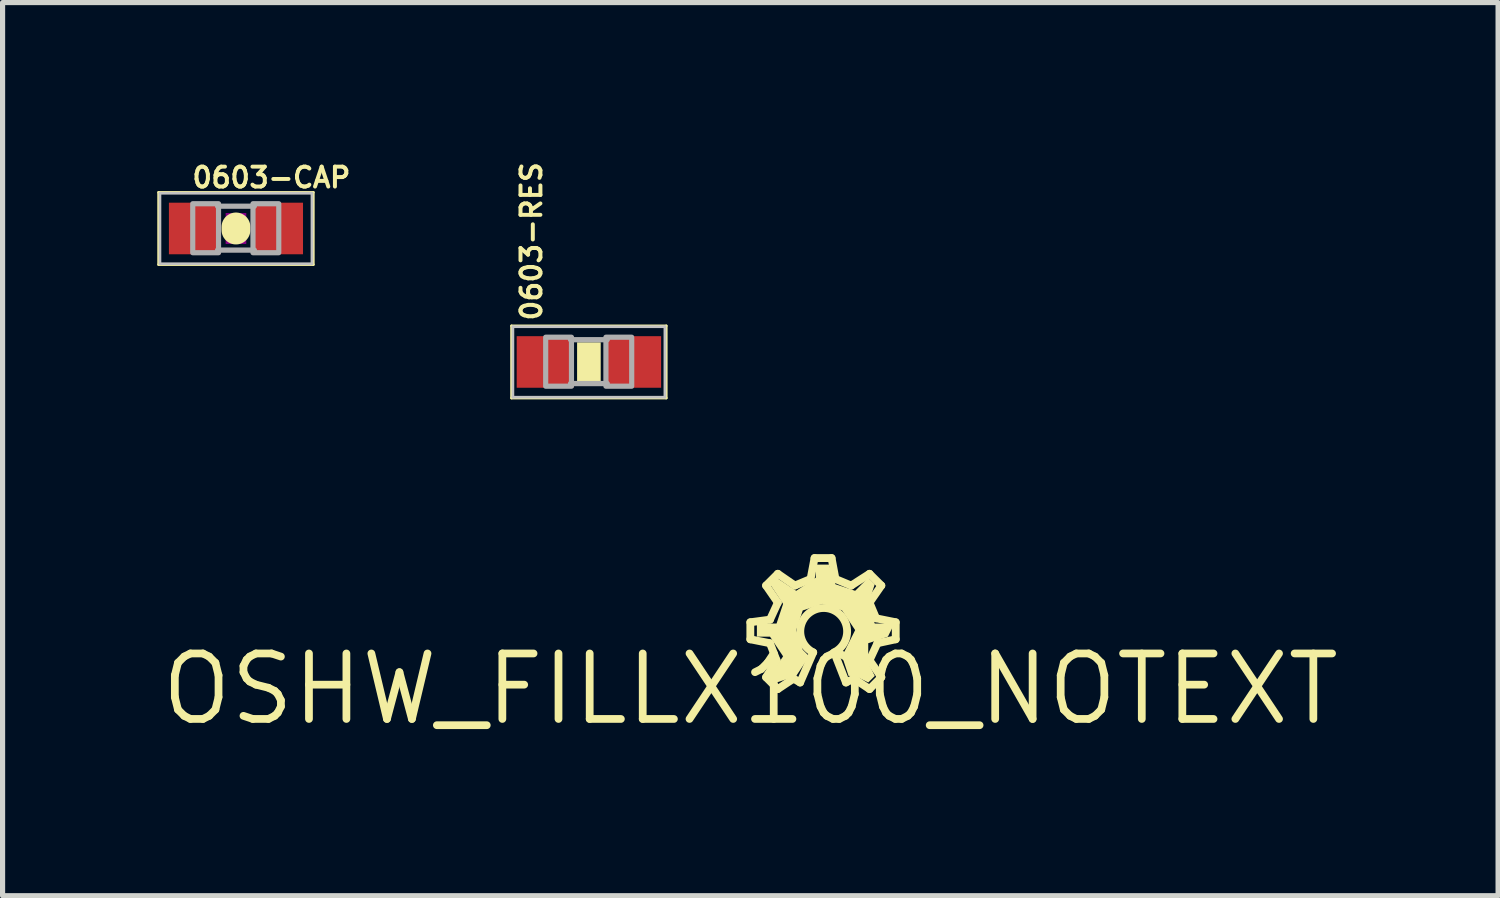
<source format=kicad_pcb>
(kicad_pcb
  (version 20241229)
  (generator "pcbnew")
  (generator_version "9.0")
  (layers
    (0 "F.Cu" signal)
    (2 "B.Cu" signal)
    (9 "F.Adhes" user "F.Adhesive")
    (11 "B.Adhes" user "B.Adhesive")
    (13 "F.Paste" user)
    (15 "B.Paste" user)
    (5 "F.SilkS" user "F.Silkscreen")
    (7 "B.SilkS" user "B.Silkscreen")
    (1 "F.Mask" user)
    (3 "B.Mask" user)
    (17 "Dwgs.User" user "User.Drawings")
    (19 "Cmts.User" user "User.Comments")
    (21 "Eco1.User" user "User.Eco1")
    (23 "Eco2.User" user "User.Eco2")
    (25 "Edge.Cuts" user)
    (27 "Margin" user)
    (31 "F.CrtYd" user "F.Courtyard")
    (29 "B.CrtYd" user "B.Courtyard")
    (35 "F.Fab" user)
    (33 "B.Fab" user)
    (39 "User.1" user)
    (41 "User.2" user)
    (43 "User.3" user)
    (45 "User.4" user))
  (footprint "0603-RES"
    (layer "F.Cu")
    (at 8.368 3.968)
    (property "Reference" "0603-RES" (at -0.889 -0.762 90) (layer "F.SilkS") (effects (font (size 0.386 0.386) (thickness 0.077)) (justify left bottom)))
    (attr through_hole)
    (fp_line (start -1.5 -0.7) (end 1.5 -0.7) (stroke (width 0.051) (type solid)) (layer "F.SilkS"))
    (fp_line (start -1.5 0.7) (end -1.5 -0.7) (stroke (width 0.051) (type solid)) (layer "F.SilkS"))
    (fp_line (start 1.5 -0.7) (end 1.5 0.7) (stroke (width 0.051) (type solid)) (layer "F.SilkS"))
    (fp_line (start 1.5 0.7) (end -1.5 0.7) (stroke (width 0.051) (type solid)) (layer "F.SilkS"))
    (fp_poly (pts (xy -0.229 0.381) (xy 0.229 0.381) (xy 0.229 -0.381) (xy -0.229 -0.381)) (stroke (width 0) (type solid)) (fill yes) (layer "F.SilkS"))
    (fp_poly (pts (xy -0.2 0.3) (xy 0.2 0.3) (xy 0.2 -0.3) (xy -0.2 -0.3)) (stroke (width 0) (type solid)) (fill yes) (layer "F.Adhes"))
    (fp_line (start -1.473 -0.683) (end 1.473 -0.683) (stroke (width 0.051) (type solid)) (layer "Dwgs.User"))
    (fp_line (start -1.473 0.683) (end -1.473 -0.683) (stroke (width 0.051) (type solid)) (layer "Dwgs.User"))
    (fp_line (start 1.473 -0.683) (end 1.473 0.683) (stroke (width 0.051) (type solid)) (layer "Dwgs.User"))
    (fp_line (start 1.473 0.683) (end -1.473 0.683) (stroke (width 0.051) (type solid)) (layer "Dwgs.User"))
    (fp_line (start -0.356 -0.432) (end 0.356 -0.432) (stroke (width 0.102) (type solid)) (layer "F.Fab"))
    (fp_line (start -0.356 0.419) (end 0.356 0.419) (stroke (width 0.102) (type solid)) (layer "F.Fab"))
    (fp_poly (pts (xy -0.838 0.47) (xy -0.338 0.47) (xy -0.338 -0.48) (xy -0.838 -0.48)) (stroke (width 0.1) (type solid)) (fill no) (layer "F.Fab"))
    (fp_poly (pts (xy 0.33 0.47) (xy 0.83 0.47) (xy 0.83 -0.48) (xy 0.33 -0.48)) (stroke (width 0.1) (type solid)) (fill no) (layer "F.Fab"))
    (pad "1" smd rect (at -0.85 0) (size 1.1 1) (layers "F.Cu" "F.Mask" "F.Paste"))
    (pad "2" smd rect (at 0.85 0) (size 1.1 1) (layers "F.Cu" "F.Mask" "F.Paste")))
  (footprint "OSHW_FILLX100_NOTEXT"
    (layer "F.Cu")
    (at 11.498 10.31)
    (property "Reference" "OSHW_FILLX100_NOTEXT" (at 0 0 0) (layer "F.SilkS") (effects (font (size 1.27 1.27) (thickness 0.15))))
    (attr through_hole)
    (fp_line (start 0 -1.295) (end 0.381 -1.346) (stroke (width 0.152) (type solid)) (layer "F.SilkS"))
    (fp_line (start 0 -0.965) (end 0 -1.295) (stroke (width 0.152) (type solid)) (layer "F.SilkS"))
    (fp_line (start 0.305 -2.007) (end 0.533 -2.235) (stroke (width 0.152) (type solid)) (layer "F.SilkS"))
    (fp_line (start 0.305 -0.229) (end 0.508 -0.559) (stroke (width 0.152) (type solid)) (layer "F.SilkS"))
    (fp_line (start 0.381 -1.346) (end 0.533 -1.676) (stroke (width 0.152) (type solid)) (layer "F.SilkS"))
    (fp_line (start 0.381 -0.889) (end 0 -0.965) (stroke (width 0.152) (type solid)) (layer "F.SilkS"))
    (fp_line (start 0.508 -0.559) (end 0.381 -0.889) (stroke (width 0.152) (type solid)) (layer "F.SilkS"))
    (fp_line (start 0.533 -2.235) (end 0.864 -2.007) (stroke (width 0.152) (type solid)) (layer "F.SilkS"))
    (fp_line (start 0.533 -1.676) (end 0.305 -2.007) (stroke (width 0.152) (type solid)) (layer "F.SilkS"))
    (fp_line (start 0.533 0) (end 0.305 -0.229) (stroke (width 0.152) (type solid)) (layer "F.SilkS"))
    (fp_line (start 0.838 -0.203) (end 0.533 0) (stroke (width 0.152) (type solid)) (layer "F.SilkS"))
    (fp_line (start 0.864 -2.007) (end 1.168 -2.134) (stroke (width 0.152) (type solid)) (layer "F.SilkS"))
    (fp_line (start 0.965 -0.127) (end 0.838 -0.203) (stroke (width 0.152) (type solid)) (layer "F.SilkS"))
    (fp_line (start 1.168 -2.134) (end 1.245 -2.54) (stroke (width 0.152) (type solid)) (layer "F.SilkS"))
    (fp_line (start 1.219 -0.711) (end 0.965 -0.127) (stroke (width 0.152) (type solid)) (layer "F.SilkS"))
    (fp_line (start 1.245 -2.54) (end 1.575 -2.54) (stroke (width 0.152) (type solid)) (layer "F.SilkS"))
    (fp_line (start 1.575 -2.54) (end 1.651 -2.134) (stroke (width 0.152) (type solid)) (layer "F.SilkS"))
    (fp_line (start 1.651 -2.134) (end 1.956 -2.007) (stroke (width 0.152) (type solid)) (layer "F.SilkS"))
    (fp_line (start 1.854 -0.127) (end 1.626 -0.711) (stroke (width 0.152) (type solid)) (layer "F.SilkS"))
    (fp_line (start 1.956 -2.007) (end 2.311 -2.235) (stroke (width 0.152) (type solid)) (layer "F.SilkS"))
    (fp_line (start 2.007 -0.203) (end 1.854 -0.127) (stroke (width 0.152) (type solid)) (layer "F.SilkS"))
    (fp_line (start 2.311 -2.235) (end 2.54 -2.007) (stroke (width 0.152) (type solid)) (layer "F.SilkS"))
    (fp_line (start 2.311 -1.676) (end 2.438 -1.372) (stroke (width 0.152) (type solid)) (layer "F.SilkS"))
    (fp_line (start 2.311 -0.559) (end 2.54 -0.229) (stroke (width 0.152) (type solid)) (layer "F.SilkS"))
    (fp_line (start 2.311 0) (end 2.007 -0.203) (stroke (width 0.152) (type solid)) (layer "F.SilkS"))
    (fp_line (start 2.438 -1.372) (end 2.819 -1.295) (stroke (width 0.152) (type solid)) (layer "F.SilkS"))
    (fp_line (start 2.464 -0.889) (end 2.311 -0.559) (stroke (width 0.152) (type solid)) (layer "F.SilkS"))
    (fp_line (start 2.54 -2.007) (end 2.311 -1.676) (stroke (width 0.152) (type solid)) (layer "F.SilkS"))
    (fp_line (start 2.54 -0.229) (end 2.311 0) (stroke (width 0.152) (type solid)) (layer "F.SilkS"))
    (fp_line (start 2.819 -1.295) (end 2.819 -0.965) (stroke (width 0.152) (type solid)) (layer "F.SilkS"))
    (fp_line (start 2.819 -0.965) (end 2.464 -0.889) (stroke (width 0.152) (type solid)) (layer "F.SilkS"))
    (fp_arc (start 1.2192 -0.7112) (mid 1.4224 -1.571969) (end 1.6256 -0.7112) (stroke (width 0.1524) (type solid)) (layer "F.SilkS"))
    (fp_poly (pts (xy 0.889 -0.254) (xy 0.508 -0.127) (xy 0.381 -0.254) (xy 0.635 -0.635) (xy 0.381 -1.016) (xy 0.127 -1.016) (xy 0.127 -1.27) (xy 0.508 -1.27) (xy 0.635 -1.651) (xy 0.381 -2.032) (xy 0.508 -2.159) (xy 0.889 -1.905) (xy 1.27 -2.159) (xy 1.27 -2.413) (xy 1.524 -2.413) (xy 1.651 -2.032) (xy 2.032 -1.905) (xy 2.286 -2.159) (xy 2.413 -2.032) (xy 2.286 -1.651) (xy 2.413 -1.27) (xy 2.794 -1.27) (xy 2.667 -1.016) (xy 2.286 -0.889) (xy 2.286 -0.508) (xy 2.413 -0.254) (xy 2.286 -0.127) (xy 2.032 -0.254) (xy 1.905 -0.254) (xy 1.778 -0.635) (xy 2.032 -1.143) (xy 1.778 -1.524) (xy 1.397 -1.651) (xy 1.016 -1.524) (xy 0.889 -1.143) (xy 1.016 -0.762) (xy 1.143 -0.635)) (stroke (width 0) (type solid)) (fill yes) (layer "F.SilkS")))
  (footprint "0603-CAP"
    (layer "F.Cu")
    (at 1.525 1.38)
    (property "Reference" "0603-CAP" (at -0.889 -0.762 0) (layer "F.SilkS") (effects (font (size 0.386 0.386) (thickness 0.077)) (justify left bottom)))
    (attr through_hole)
    (fp_line (start -1.5 -0.7) (end 1.5 -0.7) (stroke (width 0.051) (type solid)) (layer "F.SilkS"))
    (fp_line (start -1.5 0.7) (end -1.5 -0.7) (stroke (width 0.051) (type solid)) (layer "F.SilkS"))
    (fp_line (start 0 -0.03) (end 0 0.03) (stroke (width 0.559) (type solid)) (layer "F.SilkS"))
    (fp_line (start 1.5 -0.7) (end 1.5 0.7) (stroke (width 0.051) (type solid)) (layer "F.SilkS"))
    (fp_line (start 1.5 0.7) (end -1.5 0.7) (stroke (width 0.051) (type solid)) (layer "F.SilkS"))
    (fp_poly (pts (xy -0.2 0.3) (xy 0.2 0.3) (xy 0.2 -0.3) (xy -0.2 -0.3)) (stroke (width 0) (type solid)) (fill yes) (layer "F.Adhes"))
    (fp_line (start -1.473 -0.683) (end 1.473 -0.683) (stroke (width 0.051) (type solid)) (layer "Dwgs.User"))
    (fp_line (start -1.473 0.683) (end -1.473 -0.683) (stroke (width 0.051) (type solid)) (layer "Dwgs.User"))
    (fp_line (start 1.473 -0.683) (end 1.473 0.683) (stroke (width 0.051) (type solid)) (layer "Dwgs.User"))
    (fp_line (start 1.473 0.683) (end -1.473 0.683) (stroke (width 0.051) (type solid)) (layer "Dwgs.User"))
    (fp_line (start -0.356 -0.432) (end 0.356 -0.432) (stroke (width 0.102) (type solid)) (layer "F.Fab"))
    (fp_line (start -0.356 0.419) (end 0.356 0.419) (stroke (width 0.102) (type solid)) (layer "F.Fab"))
    (fp_poly (pts (xy -0.838 0.47) (xy -0.338 0.47) (xy -0.338 -0.48) (xy -0.838 -0.48)) (stroke (width 0.1) (type solid)) (fill no) (layer "F.Fab"))
    (fp_poly (pts (xy 0.33 0.47) (xy 0.83 0.47) (xy 0.83 -0.48) (xy 0.33 -0.48)) (stroke (width 0.1) (type solid)) (fill no) (layer "F.Fab"))
    (pad "1" smd rect (at -0.8 0) (size 1 1) (layers "F.Cu" "F.Mask" "F.Paste"))
    (pad "2" smd rect (at 0.8 0) (size 1 1) (layers "F.Cu" "F.Mask" "F.Paste")))
  (gr_rect
    (start -3 -3)
    (end 25.996 14.316)
    (stroke (width 0.1) (type default))
    (fill no)
    (layer "Edge.Cuts")))
</source>
